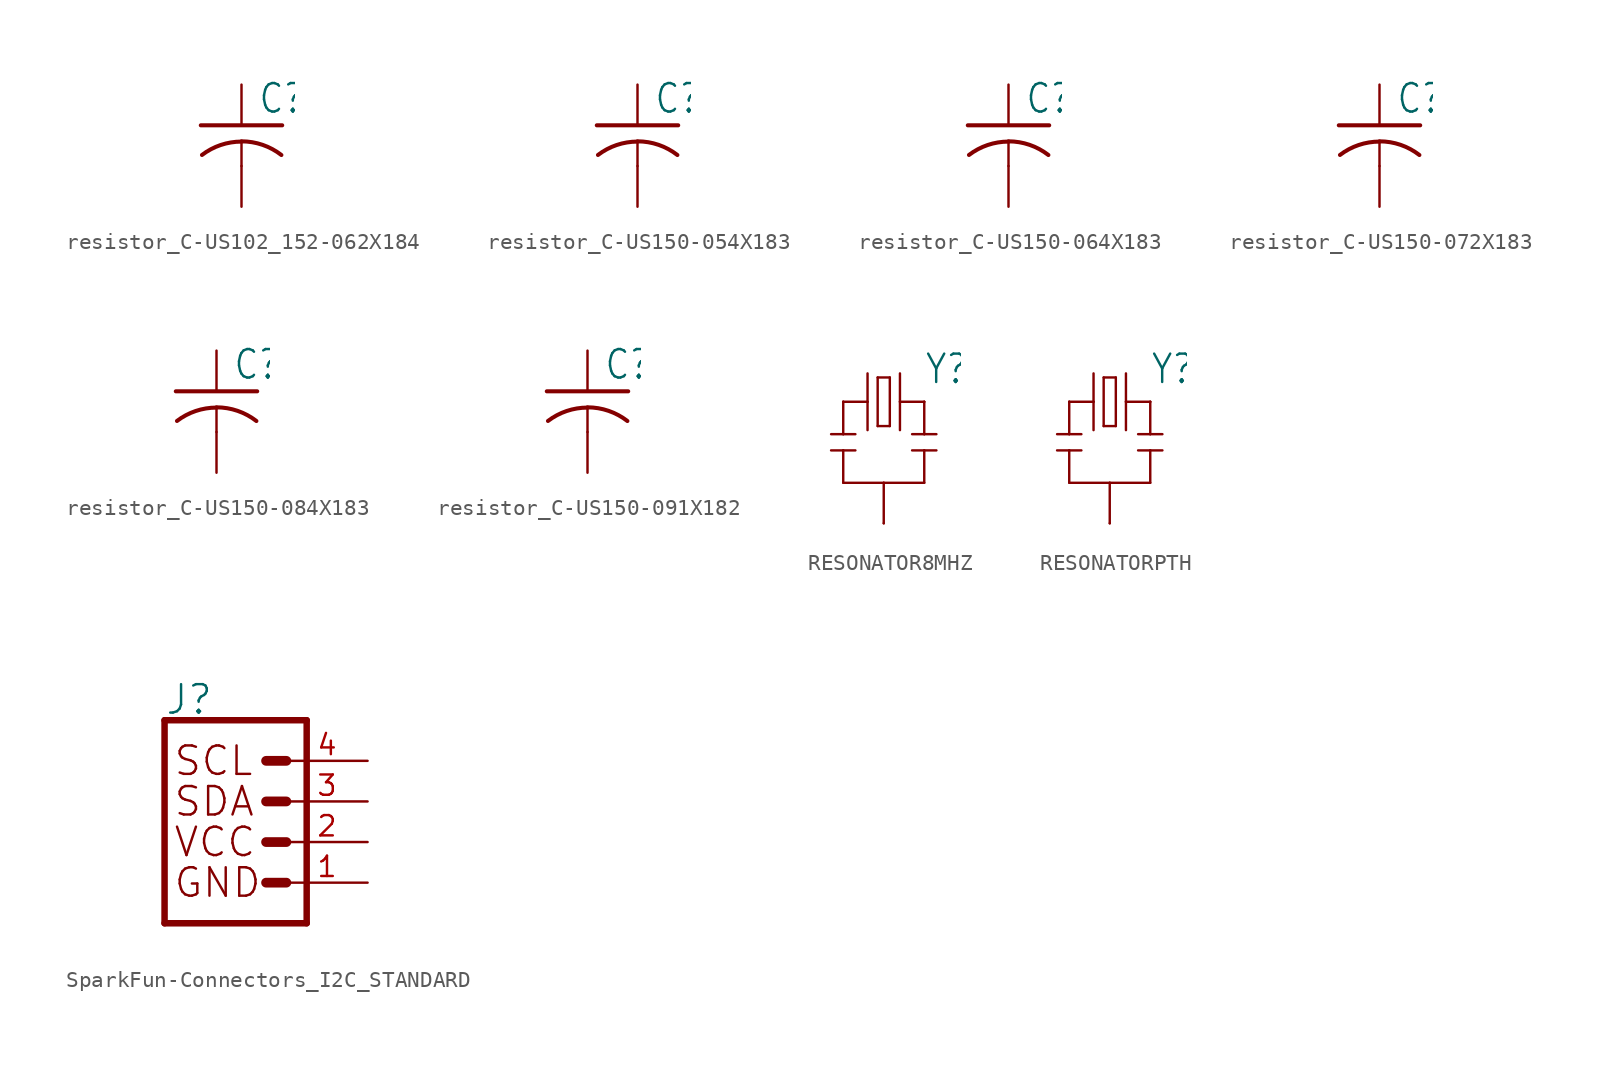
<source format=kicad_sym>
(kicad_symbol_lib
  (version 20231120)
  (generator "kicad_symbol_editor")
  (generator_version "8.0")
  (symbol "resistor_C-US102_152-062X184"
    (property "Reference" "C"
      (at 1.016 0.635 0)
      (effects (font (size 1.778 1.511)) (justify left bottom)))
    (property "Value" ""
      (at 1.016 -4.191 0)
      (effects (font (size 1.778 1.511)) (justify left bottom)))
    (property "ki_locked" ""
      (at 0 0 0)
      (effects (font (size 1.27 1.27))))
    (symbol "resistor_C-US102_152-062X184_1_0"
      (arc (start 0 -1.0161) (mid -1.302 -1.2303) (end -2.4668 -1.8504) (stroke (width 0.254) (type solid)) (fill (type none)))
      (polyline (pts (xy -2.54 0) (xy 2.54 0)) (stroke (width 0.254) (type solid)) (fill (type none)))
      (polyline (pts (xy 0 -1.016) (xy 0 -2.54)) (stroke (width 0.152) (type solid)) (fill (type none)))
      (arc (start 2.4892 -1.8541) (mid 1.3158 -1.2194) (end 0 -1) (stroke (width 0.254) (type solid)) (fill (type none)))
      (pin passive line (at 0 2.54 270) (length 2.54) (name "1" (effects (font (size 0 0)))) (number "1" (effects (font (size 0 0)))))
      (pin passive line (at 0 -5.08 90) (length 2.54) (name "2" (effects (font (size 0 0)))) (number "2" (effects (font (size 0 0)))))))
  (symbol "resistor_C-US150-054X183"
    (property "Reference" "C"
      (at 1.016 0.635 0)
      (effects (font (size 1.778 1.511)) (justify left bottom)))
    (property "Value" ""
      (at 1.016 -4.191 0)
      (effects (font (size 1.778 1.511)) (justify left bottom)))
    (property "ki_locked" ""
      (at 0 0 0)
      (effects (font (size 1.27 1.27))))
    (symbol "resistor_C-US150-054X183_1_0"
      (arc (start 0 -1.0161) (mid -1.302 -1.2303) (end -2.4668 -1.8504) (stroke (width 0.254) (type solid)) (fill (type none)))
      (polyline (pts (xy -2.54 0) (xy 2.54 0)) (stroke (width 0.254) (type solid)) (fill (type none)))
      (polyline (pts (xy 0 -1.016) (xy 0 -2.54)) (stroke (width 0.152) (type solid)) (fill (type none)))
      (arc (start 2.4892 -1.8541) (mid 1.3158 -1.2194) (end 0 -1) (stroke (width 0.254) (type solid)) (fill (type none)))
      (pin passive line (at 0 2.54 270) (length 2.54) (name "1" (effects (font (size 0 0)))) (number "1" (effects (font (size 0 0)))))
      (pin passive line (at 0 -5.08 90) (length 2.54) (name "2" (effects (font (size 0 0)))) (number "2" (effects (font (size 0 0)))))))
  (symbol "resistor_C-US150-064X183"
    (property "Reference" "C"
      (at 1.016 0.635 0)
      (effects (font (size 1.778 1.511)) (justify left bottom)))
    (property "Value" ""
      (at 1.016 -4.191 0)
      (effects (font (size 1.778 1.511)) (justify left bottom)))
    (property "ki_locked" ""
      (at 0 0 0)
      (effects (font (size 1.27 1.27))))
    (symbol "resistor_C-US150-064X183_1_0"
      (arc (start 0 -1.0161) (mid -1.302 -1.2303) (end -2.4668 -1.8504) (stroke (width 0.254) (type solid)) (fill (type none)))
      (polyline (pts (xy -2.54 0) (xy 2.54 0)) (stroke (width 0.254) (type solid)) (fill (type none)))
      (polyline (pts (xy 0 -1.016) (xy 0 -2.54)) (stroke (width 0.152) (type solid)) (fill (type none)))
      (arc (start 2.4892 -1.8541) (mid 1.3158 -1.2194) (end 0 -1) (stroke (width 0.254) (type solid)) (fill (type none)))
      (pin passive line (at 0 2.54 270) (length 2.54) (name "1" (effects (font (size 0 0)))) (number "1" (effects (font (size 0 0)))))
      (pin passive line (at 0 -5.08 90) (length 2.54) (name "2" (effects (font (size 0 0)))) (number "2" (effects (font (size 0 0)))))))
  (symbol "resistor_C-US150-072X183"
    (property "Reference" "C"
      (at 1.016 0.635 0)
      (effects (font (size 1.778 1.511)) (justify left bottom)))
    (property "Value" ""
      (at 1.016 -4.191 0)
      (effects (font (size 1.778 1.511)) (justify left bottom)))
    (property "ki_locked" ""
      (at 0 0 0)
      (effects (font (size 1.27 1.27))))
    (symbol "resistor_C-US150-072X183_1_0"
      (arc (start 0 -1.0161) (mid -1.302 -1.2303) (end -2.4668 -1.8504) (stroke (width 0.254) (type solid)) (fill (type none)))
      (polyline (pts (xy -2.54 0) (xy 2.54 0)) (stroke (width 0.254) (type solid)) (fill (type none)))
      (polyline (pts (xy 0 -1.016) (xy 0 -2.54)) (stroke (width 0.152) (type solid)) (fill (type none)))
      (arc (start 2.4892 -1.8541) (mid 1.3158 -1.2194) (end 0 -1) (stroke (width 0.254) (type solid)) (fill (type none)))
      (pin passive line (at 0 2.54 270) (length 2.54) (name "1" (effects (font (size 0 0)))) (number "1" (effects (font (size 0 0)))))
      (pin passive line (at 0 -5.08 90) (length 2.54) (name "2" (effects (font (size 0 0)))) (number "2" (effects (font (size 0 0)))))))
  (symbol "resistor_C-US150-084X183"
    (property "Reference" "C"
      (at 1.016 0.635 0)
      (effects (font (size 1.778 1.511)) (justify left bottom)))
    (property "Value" ""
      (at 1.016 -4.191 0)
      (effects (font (size 1.778 1.511)) (justify left bottom)))
    (property "ki_locked" ""
      (at 0 0 0)
      (effects (font (size 1.27 1.27))))
    (symbol "resistor_C-US150-084X183_1_0"
      (arc (start 0 -1.0161) (mid -1.302 -1.2303) (end -2.4668 -1.8504) (stroke (width 0.254) (type solid)) (fill (type none)))
      (polyline (pts (xy -2.54 0) (xy 2.54 0)) (stroke (width 0.254) (type solid)) (fill (type none)))
      (polyline (pts (xy 0 -1.016) (xy 0 -2.54)) (stroke (width 0.152) (type solid)) (fill (type none)))
      (arc (start 2.4892 -1.8541) (mid 1.3158 -1.2194) (end 0 -1) (stroke (width 0.254) (type solid)) (fill (type none)))
      (pin passive line (at 0 2.54 270) (length 2.54) (name "1" (effects (font (size 0 0)))) (number "1" (effects (font (size 0 0)))))
      (pin passive line (at 0 -5.08 90) (length 2.54) (name "2" (effects (font (size 0 0)))) (number "2" (effects (font (size 0 0)))))))
  (symbol "resistor_C-US150-091X182"
    (property "Reference" "C"
      (at 1.016 0.635 0)
      (effects (font (size 1.778 1.511)) (justify left bottom)))
    (property "Value" ""
      (at 1.016 -4.191 0)
      (effects (font (size 1.778 1.511)) (justify left bottom)))
    (property "ki_locked" ""
      (at 0 0 0)
      (effects (font (size 1.27 1.27))))
    (symbol "resistor_C-US150-091X182_1_0"
      (arc (start 0 -1.0161) (mid -1.302 -1.2303) (end -2.4668 -1.8504) (stroke (width 0.254) (type solid)) (fill (type none)))
      (polyline (pts (xy -2.54 0) (xy 2.54 0)) (stroke (width 0.254) (type solid)) (fill (type none)))
      (polyline (pts (xy 0 -1.016) (xy 0 -2.54)) (stroke (width 0.152) (type solid)) (fill (type none)))
      (arc (start 2.4892 -1.8541) (mid 1.3158 -1.2194) (end 0 -1) (stroke (width 0.254) (type solid)) (fill (type none)))
      (pin passive line (at 0 2.54 270) (length 2.54) (name "1" (effects (font (size 0 0)))) (number "1" (effects (font (size 0 0)))))
      (pin passive line (at 0 -5.08 90) (length 2.54) (name "2" (effects (font (size 0 0)))) (number "2" (effects (font (size 0 0)))))))
  (symbol "RESONATOR8MHZ"
    (property "Reference" "Y"
      (at 2.54 1.016 0)
      (effects (font (size 1.778 1.511)) (justify left bottom)))
    (property "Value" ""
      (at 2.54 -7.62 0)
      (effects (font (size 1.778 1.511)) (justify left bottom)))
    (property "ki_locked" ""
      (at 0 0 0)
      (effects (font (size 1.27 1.27))))
    (symbol "RESONATOR8MHZ_1_0"
      (polyline (pts (xy -2.54 -3.048) (xy -3.302 -3.048)) (stroke (width 0.152) (type solid)) (fill (type none)))
      (polyline (pts (xy -2.54 -3.048) (xy -2.54 -5.08)) (stroke (width 0.152) (type solid)) (fill (type none)))
      (polyline (pts (xy -2.54 -2.032) (xy -3.302 -2.032)) (stroke (width 0.152) (type solid)) (fill (type none)))
      (polyline (pts (xy -2.54 -2.032) (xy -2.54 0)) (stroke (width 0.152) (type solid)) (fill (type none)))
      (polyline (pts (xy -2.54 0) (xy -1.016 0)) (stroke (width 0.152) (type solid)) (fill (type none)))
      (polyline (pts (xy -1.778 -3.048) (xy -2.54 -3.048)) (stroke (width 0.152) (type solid)) (fill (type none)))
      (polyline (pts (xy -1.778 -2.032) (xy -2.54 -2.032)) (stroke (width 0.152) (type solid)) (fill (type none)))
      (polyline (pts (xy -1.016 0) (xy -1.016 -1.778)) (stroke (width 0.152) (type solid)) (fill (type none)))
      (polyline (pts (xy -1.016 1.778) (xy -1.016 0)) (stroke (width 0.152) (type solid)) (fill (type none)))
      (polyline (pts (xy -0.381 -1.524) (xy 0.381 -1.524)) (stroke (width 0.152) (type solid)) (fill (type none)))
      (polyline (pts (xy -0.381 1.524) (xy -0.381 -1.524)) (stroke (width 0.152) (type solid)) (fill (type none)))
      (polyline (pts (xy 0 -5.08) (xy -2.54 -5.08)) (stroke (width 0.152) (type solid)) (fill (type none)))
      (polyline (pts (xy 0 -5.08) (xy 0 -7.62)) (stroke (width 0.152) (type solid)) (fill (type none)))
      (polyline (pts (xy 0.381 -1.524) (xy 0.381 1.524)) (stroke (width 0.152) (type solid)) (fill (type none)))
      (polyline (pts (xy 0.381 1.524) (xy -0.381 1.524)) (stroke (width 0.152) (type solid)) (fill (type none)))
      (polyline (pts (xy 1.016 0) (xy 1.016 -1.778)) (stroke (width 0.152) (type solid)) (fill (type none)))
      (polyline (pts (xy 1.016 0) (xy 2.54 0)) (stroke (width 0.152) (type solid)) (fill (type none)))
      (polyline (pts (xy 1.016 1.778) (xy 1.016 0)) (stroke (width 0.152) (type solid)) (fill (type none)))
      (polyline (pts (xy 2.54 -5.08) (xy 0 -5.08)) (stroke (width 0.152) (type solid)) (fill (type none)))
      (polyline (pts (xy 2.54 -3.048) (xy 1.778 -3.048)) (stroke (width 0.152) (type solid)) (fill (type none)))
      (polyline (pts (xy 2.54 -3.048) (xy 2.54 -5.08)) (stroke (width 0.152) (type solid)) (fill (type none)))
      (polyline (pts (xy 2.54 -2.032) (xy 1.778 -2.032)) (stroke (width 0.152) (type solid)) (fill (type none)))
      (polyline (pts (xy 2.54 0) (xy 2.54 -2.032)) (stroke (width 0.152) (type solid)) (fill (type none)))
      (polyline (pts (xy 3.302 -3.048) (xy 2.54 -3.048)) (stroke (width 0.152) (type solid)) (fill (type none)))
      (polyline (pts (xy 3.302 -2.032) (xy 2.54 -2.032)) (stroke (width 0.152) (type solid)) (fill (type none)))
      (pin passive line (at -2.54 0 0) (length 0) (name "1" (effects (font (size 0 0)))) (number "1" (effects (font (size 0 0)))))
      (pin passive line (at 0 -7.62 90) (length 0) (name "2" (effects (font (size 0 0)))) (number "2" (effects (font (size 0 0)))))
      (pin passive line (at 2.54 0 180) (length 0) (name "3" (effects (font (size 0 0)))) (number "3" (effects (font (size 0 0)))))))
  (symbol "RESONATORPTH"
    (property "Reference" "Y"
      (at 2.54 1.016 0)
      (effects (font (size 1.778 1.511)) (justify left bottom)))
    (property "Value" ""
      (at 2.54 -7.62 0)
      (effects (font (size 1.778 1.511)) (justify left bottom)))
    (property "ki_locked" ""
      (at 0 0 0)
      (effects (font (size 1.27 1.27))))
    (symbol "RESONATORPTH_1_0"
      (polyline (pts (xy -2.54 -3.048) (xy -3.302 -3.048)) (stroke (width 0.152) (type solid)) (fill (type none)))
      (polyline (pts (xy -2.54 -3.048) (xy -2.54 -5.08)) (stroke (width 0.152) (type solid)) (fill (type none)))
      (polyline (pts (xy -2.54 -2.032) (xy -3.302 -2.032)) (stroke (width 0.152) (type solid)) (fill (type none)))
      (polyline (pts (xy -2.54 -2.032) (xy -2.54 0)) (stroke (width 0.152) (type solid)) (fill (type none)))
      (polyline (pts (xy -2.54 0) (xy -1.016 0)) (stroke (width 0.152) (type solid)) (fill (type none)))
      (polyline (pts (xy -1.778 -3.048) (xy -2.54 -3.048)) (stroke (width 0.152) (type solid)) (fill (type none)))
      (polyline (pts (xy -1.778 -2.032) (xy -2.54 -2.032)) (stroke (width 0.152) (type solid)) (fill (type none)))
      (polyline (pts (xy -1.016 0) (xy -1.016 -1.778)) (stroke (width 0.152) (type solid)) (fill (type none)))
      (polyline (pts (xy -1.016 1.778) (xy -1.016 0)) (stroke (width 0.152) (type solid)) (fill (type none)))
      (polyline (pts (xy -0.381 -1.524) (xy 0.381 -1.524)) (stroke (width 0.152) (type solid)) (fill (type none)))
      (polyline (pts (xy -0.381 1.524) (xy -0.381 -1.524)) (stroke (width 0.152) (type solid)) (fill (type none)))
      (polyline (pts (xy 0 -5.08) (xy -2.54 -5.08)) (stroke (width 0.152) (type solid)) (fill (type none)))
      (polyline (pts (xy 0 -5.08) (xy 0 -7.62)) (stroke (width 0.152) (type solid)) (fill (type none)))
      (polyline (pts (xy 0.381 -1.524) (xy 0.381 1.524)) (stroke (width 0.152) (type solid)) (fill (type none)))
      (polyline (pts (xy 0.381 1.524) (xy -0.381 1.524)) (stroke (width 0.152) (type solid)) (fill (type none)))
      (polyline (pts (xy 1.016 0) (xy 1.016 -1.778)) (stroke (width 0.152) (type solid)) (fill (type none)))
      (polyline (pts (xy 1.016 0) (xy 2.54 0)) (stroke (width 0.152) (type solid)) (fill (type none)))
      (polyline (pts (xy 1.016 1.778) (xy 1.016 0)) (stroke (width 0.152) (type solid)) (fill (type none)))
      (polyline (pts (xy 2.54 -5.08) (xy 0 -5.08)) (stroke (width 0.152) (type solid)) (fill (type none)))
      (polyline (pts (xy 2.54 -3.048) (xy 1.778 -3.048)) (stroke (width 0.152) (type solid)) (fill (type none)))
      (polyline (pts (xy 2.54 -3.048) (xy 2.54 -5.08)) (stroke (width 0.152) (type solid)) (fill (type none)))
      (polyline (pts (xy 2.54 -2.032) (xy 1.778 -2.032)) (stroke (width 0.152) (type solid)) (fill (type none)))
      (polyline (pts (xy 2.54 0) (xy 2.54 -2.032)) (stroke (width 0.152) (type solid)) (fill (type none)))
      (polyline (pts (xy 3.302 -3.048) (xy 2.54 -3.048)) (stroke (width 0.152) (type solid)) (fill (type none)))
      (polyline (pts (xy 3.302 -2.032) (xy 2.54 -2.032)) (stroke (width 0.152) (type solid)) (fill (type none)))
      (pin passive line (at -2.54 0 0) (length 0) (name "1" (effects (font (size 0 0)))) (number "1" (effects (font (size 0 0)))))
      (pin passive line (at 0 -7.62 90) (length 0) (name "2" (effects (font (size 0 0)))) (number "2" (effects (font (size 0 0)))))
      (pin passive line (at 2.54 0 180) (length 0) (name "3" (effects (font (size 0 0)))) (number "3" (effects (font (size 0 0)))))))
  (symbol "SparkFun-Connectors_I2C_STANDARD"
    (property "Reference" "J"
      (at -5.08 7.874 0)
      (effects (font (size 1.778 1.778)) (justify left bottom)))
    (property "Value" ""
      (at -5.08 -5.334 0)
      (effects (font (size 1.778 1.778)) (justify left top)))
    (property "ki_locked" ""
      (at 0 0 0)
      (effects (font (size 1.27 1.27))))
    (symbol "SparkFun-Connectors_I2C_STANDARD_1_0"
      (polyline (pts (xy -5.08 7.62) (xy -5.08 -5.08)) (stroke (width 0.406) (type solid)) (fill (type none)))
      (polyline (pts (xy -5.08 7.62) (xy 3.81 7.62)) (stroke (width 0.406) (type solid)) (fill (type none)))
      (polyline (pts (xy 1.27 -2.54) (xy 2.54 -2.54)) (stroke (width 0.61) (type solid)) (fill (type none)))
      (polyline (pts (xy 1.27 0) (xy 2.54 0)) (stroke (width 0.61) (type solid)) (fill (type none)))
      (polyline (pts (xy 1.27 2.54) (xy 2.54 2.54)) (stroke (width 0.61) (type solid)) (fill (type none)))
      (polyline (pts (xy 1.27 5.08) (xy 2.54 5.08)) (stroke (width 0.61) (type solid)) (fill (type none)))
      (polyline (pts (xy 3.81 -5.08) (xy -5.08 -5.08)) (stroke (width 0.406) (type solid)) (fill (type none)))
      (polyline (pts (xy 3.81 -5.08) (xy 3.81 7.62)) (stroke (width 0.406) (type solid)) (fill (type none)))
      (text "GND" (at -4.572 -2.54 0) (effects (font (size 1.778 1.778)) (justify left)))
      (text "SCL" (at -4.572 5.08 0) (effects (font (size 1.778 1.778)) (justify left)))
      (text "SDA" (at -4.572 2.54 0) (effects (font (size 1.778 1.778)) (justify left)))
      (text "VCC" (at -4.572 0 0) (effects (font (size 1.778 1.778)) (justify left)))
      (pin power_in line (at 7.62 -2.54 180) (length 5.08) (name "1" (effects (font (size 0 0)))) (number "1" (effects (font (size 1.27 1.27)))))
      (pin power_in line (at 7.62 0 180) (length 5.08) (name "2" (effects (font (size 0 0)))) (number "2" (effects (font (size 1.27 1.27)))))
      (pin passive line (at 7.62 2.54 180) (length 5.08) (name "3" (effects (font (size 0 0)))) (number "3" (effects (font (size 1.27 1.27)))))
      (pin passive line (at 7.62 5.08 180) (length 5.08) (name "4" (effects (font (size 0 0)))) (number "4" (effects (font (size 1.27 1.27))))))))
</source>
